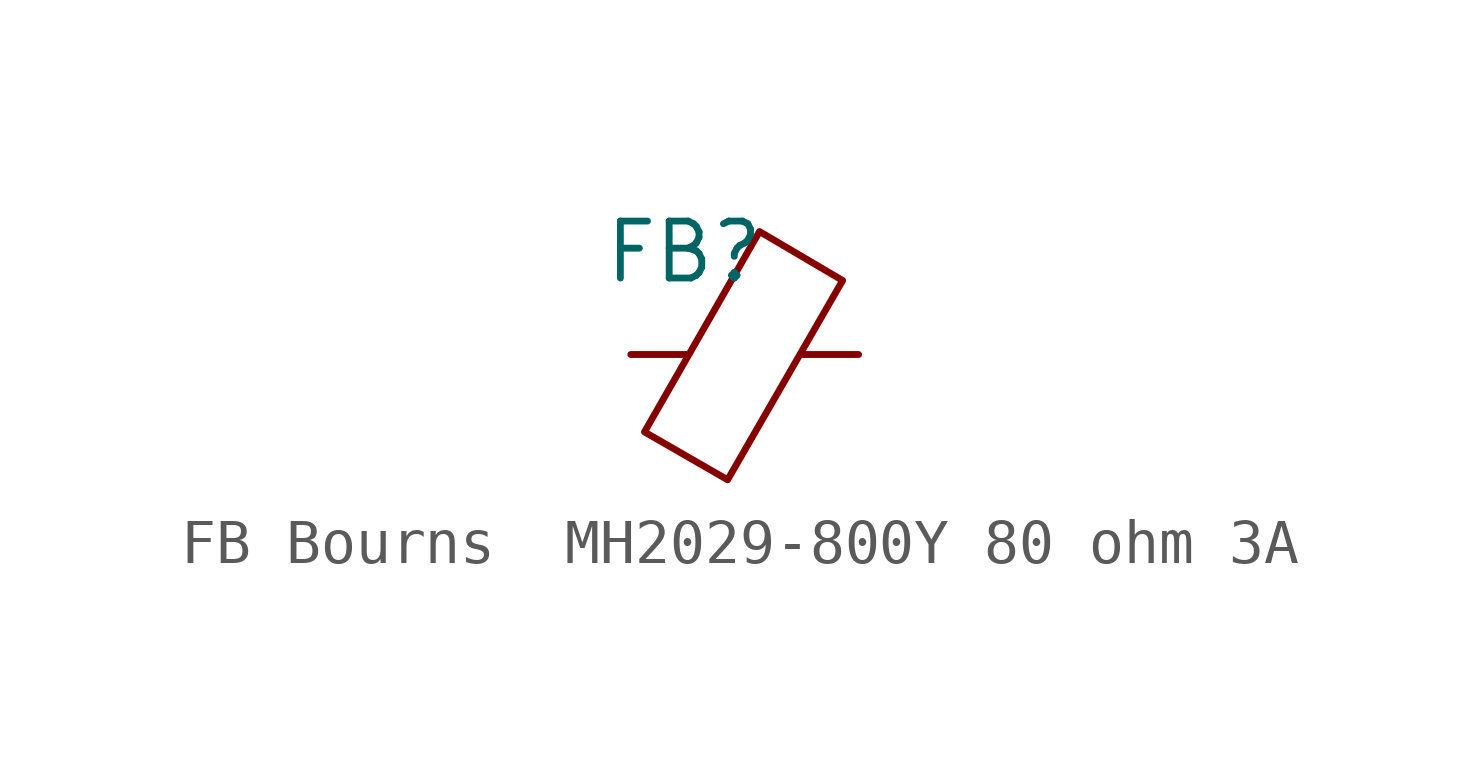
<source format=kicad_sym>
(kicad_symbol_lib
  (version 20241209)
  (generator "kicad_symbol_editor")
  (generator_version "9.0")
  (symbol "FB Bourns  MH2029-800Y 80 ohm 3A"
    (pin_numbers
      (hide yes))
    (pin_names
      (offset 0))
    (property "Reference" "FB"
      (at -3.175 2.286 0)
      (effects (font (size 1.27 1.27)) (justify left)))
    (symbol "FB Bourns  MH2029-800Y 80 ohm 3A_0_1"
      (polyline (pts (xy -0.381 -2.794) (xy -2.235 -1.727) (xy 0.33 2.743) (xy 2.184 1.651) (xy -0.381 -2.794)) (stroke (width 0) (type default)) (fill (type none))))
    (symbol "FB Bourns  MH2029-800Y 80 ohm 3A_1_1"
      (pin passive line (at -2.54 0 0) (length 1.27) (name "~" (effects (font (size 1.27 1.27)))) (number "1" (effects (font (size 1.27 1.27)))))
      (pin passive line (at 2.54 0 180) (length 1.27) (name "~" (effects (font (size 1.27 1.27)))) (number "2" (effects (font (size 1.27 1.27))))))))
</source>
